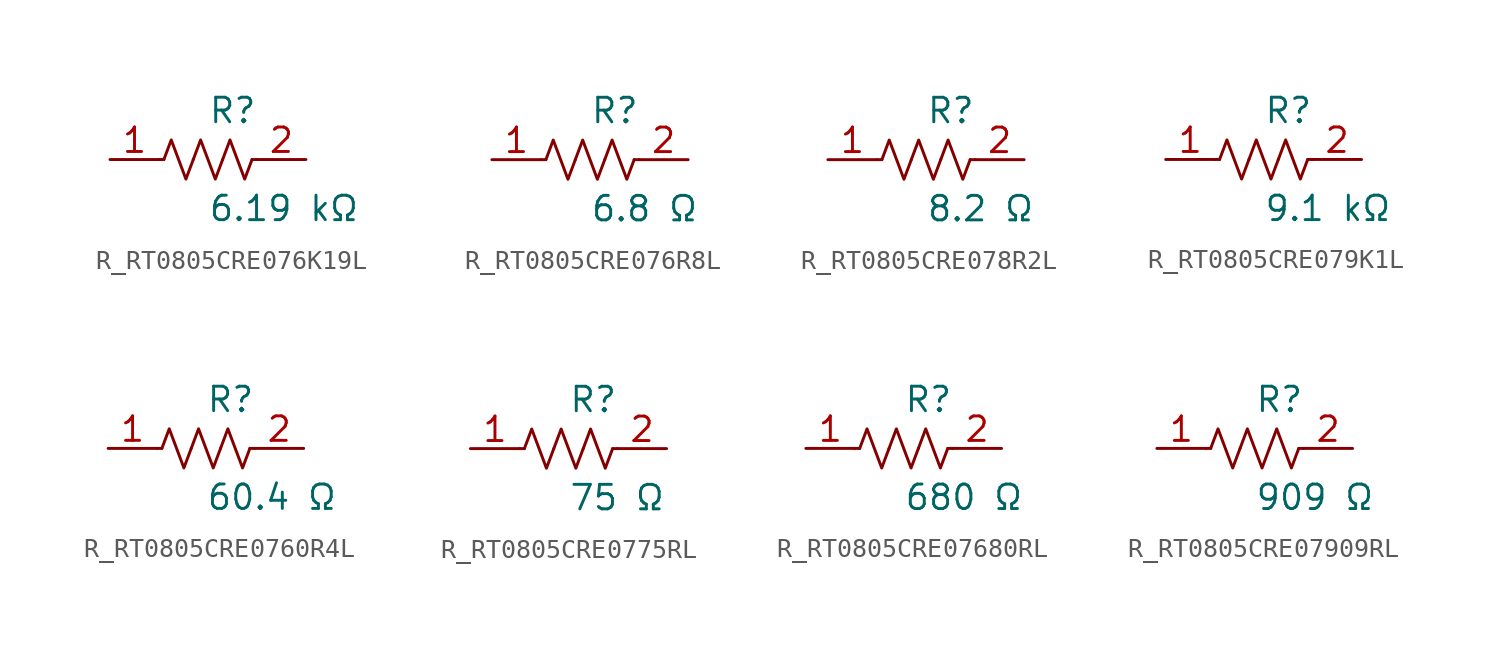
<source format=kicad_sym>
(kicad_symbol_lib
  (version 20231120)
  (generator kicad_symbol_editor)
  (generator_version 8.0)
  (symbol "R_RT0805CRE076K19L"
    (pin_names
      (offset 0.254))
    (property "Reference" "R"
      (at 0.0 2.54 0)
      (effects (font (size 1.27 1.27)) (justify left)))
    (property "Value" "6.19 kΩ"
      (at 0.0 -2.54 0)
      (effects (font (size 1.27 1.27)) (justify left)))
    (symbol "R_RT0805CRE076K19L_0_1"
      (polyline (pts (xy 2.286 0) (xy 2.54 0)) (stroke (width 0) (type default)) (fill (type none)))
      (polyline (pts (xy -2.286 0) (xy -2.54 0)) (stroke (width 0) (type default)) (fill (type none)))
      (polyline (pts (xy 0.762 0) (xy 1.143 1.016) (xy 1.524 0) (xy 1.905 -1.016) (xy 2.286 0)) (stroke (width 0) (type default)) (fill (type none)))
      (polyline (pts (xy -0.762 0) (xy -0.381 1.016) (xy 0 0) (xy 0.381 -1.016) (xy 0.762 0)) (stroke (width 0) (type default)) (fill (type none)))
      (polyline (pts (xy -2.286 0) (xy -1.905 1.016) (xy -1.524 0) (xy -1.143 -1.016) (xy -0.762 0)) (stroke (width 0) (type default)) (fill (type none))))
    (pin unspecified line
      (at -5.08 0 0)
      (length 2.54)
      (name "" (effects (font (size 1.27 1.27))))
      (number "1" (effects (font (size 1.27 1.27)))))
    (pin unspecified line
      (at 5.08 0 180)
      (length 2.54)
      (name "" (effects (font (size 1.27 1.27))))
      (number "2" (effects (font (size 1.27 1.27))))))
  (symbol "R_RT0805CRE076R8L"
    (pin_names
      (offset 0.254))
    (property "Reference" "R"
      (at 0.0 2.54 0)
      (effects (font (size 1.27 1.27)) (justify left)))
    (property "Value" "6.8 Ω"
      (at 0.0 -2.54 0)
      (effects (font (size 1.27 1.27)) (justify left)))
    (symbol "R_RT0805CRE076R8L_0_1"
      (polyline (pts (xy 2.286 0) (xy 2.54 0)) (stroke (width 0) (type default)) (fill (type none)))
      (polyline (pts (xy -2.286 0) (xy -2.54 0)) (stroke (width 0) (type default)) (fill (type none)))
      (polyline (pts (xy 0.762 0) (xy 1.143 1.016) (xy 1.524 0) (xy 1.905 -1.016) (xy 2.286 0)) (stroke (width 0) (type default)) (fill (type none)))
      (polyline (pts (xy -0.762 0) (xy -0.381 1.016) (xy 0 0) (xy 0.381 -1.016) (xy 0.762 0)) (stroke (width 0) (type default)) (fill (type none)))
      (polyline (pts (xy -2.286 0) (xy -1.905 1.016) (xy -1.524 0) (xy -1.143 -1.016) (xy -0.762 0)) (stroke (width 0) (type default)) (fill (type none))))
    (pin unspecified line
      (at -5.08 0 0)
      (length 2.54)
      (name "" (effects (font (size 1.27 1.27))))
      (number "1" (effects (font (size 1.27 1.27)))))
    (pin unspecified line
      (at 5.08 0 180)
      (length 2.54)
      (name "" (effects (font (size 1.27 1.27))))
      (number "2" (effects (font (size 1.27 1.27))))))
  (symbol "R_RT0805CRE078R2L"
    (pin_names
      (offset 0.254))
    (property "Reference" "R"
      (at 0.0 2.54 0)
      (effects (font (size 1.27 1.27)) (justify left)))
    (property "Value" "8.2 Ω"
      (at 0.0 -2.54 0)
      (effects (font (size 1.27 1.27)) (justify left)))
    (symbol "R_RT0805CRE078R2L_0_1"
      (polyline (pts (xy 2.286 0) (xy 2.54 0)) (stroke (width 0) (type default)) (fill (type none)))
      (polyline (pts (xy -2.286 0) (xy -2.54 0)) (stroke (width 0) (type default)) (fill (type none)))
      (polyline (pts (xy 0.762 0) (xy 1.143 1.016) (xy 1.524 0) (xy 1.905 -1.016) (xy 2.286 0)) (stroke (width 0) (type default)) (fill (type none)))
      (polyline (pts (xy -0.762 0) (xy -0.381 1.016) (xy 0 0) (xy 0.381 -1.016) (xy 0.762 0)) (stroke (width 0) (type default)) (fill (type none)))
      (polyline (pts (xy -2.286 0) (xy -1.905 1.016) (xy -1.524 0) (xy -1.143 -1.016) (xy -0.762 0)) (stroke (width 0) (type default)) (fill (type none))))
    (pin unspecified line
      (at -5.08 0 0)
      (length 2.54)
      (name "" (effects (font (size 1.27 1.27))))
      (number "1" (effects (font (size 1.27 1.27)))))
    (pin unspecified line
      (at 5.08 0 180)
      (length 2.54)
      (name "" (effects (font (size 1.27 1.27))))
      (number "2" (effects (font (size 1.27 1.27))))))
  (symbol "R_RT0805CRE079K1L"
    (pin_names
      (offset 0.254))
    (property "Reference" "R"
      (at 0.0 2.54 0)
      (effects (font (size 1.27 1.27)) (justify left)))
    (property "Value" "9.1 kΩ"
      (at 0.0 -2.54 0)
      (effects (font (size 1.27 1.27)) (justify left)))
    (symbol "R_RT0805CRE079K1L_0_1"
      (polyline (pts (xy 2.286 0) (xy 2.54 0)) (stroke (width 0) (type default)) (fill (type none)))
      (polyline (pts (xy -2.286 0) (xy -2.54 0)) (stroke (width 0) (type default)) (fill (type none)))
      (polyline (pts (xy 0.762 0) (xy 1.143 1.016) (xy 1.524 0) (xy 1.905 -1.016) (xy 2.286 0)) (stroke (width 0) (type default)) (fill (type none)))
      (polyline (pts (xy -0.762 0) (xy -0.381 1.016) (xy 0 0) (xy 0.381 -1.016) (xy 0.762 0)) (stroke (width 0) (type default)) (fill (type none)))
      (polyline (pts (xy -2.286 0) (xy -1.905 1.016) (xy -1.524 0) (xy -1.143 -1.016) (xy -0.762 0)) (stroke (width 0) (type default)) (fill (type none))))
    (pin unspecified line
      (at -5.08 0 0)
      (length 2.54)
      (name "" (effects (font (size 1.27 1.27))))
      (number "1" (effects (font (size 1.27 1.27)))))
    (pin unspecified line
      (at 5.08 0 180)
      (length 2.54)
      (name "" (effects (font (size 1.27 1.27))))
      (number "2" (effects (font (size 1.27 1.27))))))
  (symbol "R_RT0805CRE0760R4L"
    (pin_names
      (offset 0.254))
    (property "Reference" "R"
      (at 0.0 2.54 0)
      (effects (font (size 1.27 1.27)) (justify left)))
    (property "Value" "60.4 Ω"
      (at 0.0 -2.54 0)
      (effects (font (size 1.27 1.27)) (justify left)))
    (symbol "R_RT0805CRE0760R4L_0_1"
      (polyline (pts (xy 2.286 0) (xy 2.54 0)) (stroke (width 0) (type default)) (fill (type none)))
      (polyline (pts (xy -2.286 0) (xy -2.54 0)) (stroke (width 0) (type default)) (fill (type none)))
      (polyline (pts (xy 0.762 0) (xy 1.143 1.016) (xy 1.524 0) (xy 1.905 -1.016) (xy 2.286 0)) (stroke (width 0) (type default)) (fill (type none)))
      (polyline (pts (xy -0.762 0) (xy -0.381 1.016) (xy 0 0) (xy 0.381 -1.016) (xy 0.762 0)) (stroke (width 0) (type default)) (fill (type none)))
      (polyline (pts (xy -2.286 0) (xy -1.905 1.016) (xy -1.524 0) (xy -1.143 -1.016) (xy -0.762 0)) (stroke (width 0) (type default)) (fill (type none))))
    (pin unspecified line
      (at -5.08 0 0)
      (length 2.54)
      (name "" (effects (font (size 1.27 1.27))))
      (number "1" (effects (font (size 1.27 1.27)))))
    (pin unspecified line
      (at 5.08 0 180)
      (length 2.54)
      (name "" (effects (font (size 1.27 1.27))))
      (number "2" (effects (font (size 1.27 1.27))))))
  (symbol "R_RT0805CRE0775RL"
    (pin_names
      (offset 0.254))
    (property "Reference" "R"
      (at 0.0 2.54 0)
      (effects (font (size 1.27 1.27)) (justify left)))
    (property "Value" "75 Ω"
      (at 0.0 -2.54 0)
      (effects (font (size 1.27 1.27)) (justify left)))
    (symbol "R_RT0805CRE0775RL_0_1"
      (polyline (pts (xy 2.286 0) (xy 2.54 0)) (stroke (width 0) (type default)) (fill (type none)))
      (polyline (pts (xy -2.286 0) (xy -2.54 0)) (stroke (width 0) (type default)) (fill (type none)))
      (polyline (pts (xy 0.762 0) (xy 1.143 1.016) (xy 1.524 0) (xy 1.905 -1.016) (xy 2.286 0)) (stroke (width 0) (type default)) (fill (type none)))
      (polyline (pts (xy -0.762 0) (xy -0.381 1.016) (xy 0 0) (xy 0.381 -1.016) (xy 0.762 0)) (stroke (width 0) (type default)) (fill (type none)))
      (polyline (pts (xy -2.286 0) (xy -1.905 1.016) (xy -1.524 0) (xy -1.143 -1.016) (xy -0.762 0)) (stroke (width 0) (type default)) (fill (type none))))
    (pin unspecified line
      (at -5.08 0 0)
      (length 2.54)
      (name "" (effects (font (size 1.27 1.27))))
      (number "1" (effects (font (size 1.27 1.27)))))
    (pin unspecified line
      (at 5.08 0 180)
      (length 2.54)
      (name "" (effects (font (size 1.27 1.27))))
      (number "2" (effects (font (size 1.27 1.27))))))
  (symbol "R_RT0805CRE07680RL"
    (pin_names
      (offset 0.254))
    (property "Reference" "R"
      (at 0.0 2.54 0)
      (effects (font (size 1.27 1.27)) (justify left)))
    (property "Value" "680 Ω"
      (at 0.0 -2.54 0)
      (effects (font (size 1.27 1.27)) (justify left)))
    (symbol "R_RT0805CRE07680RL_0_1"
      (polyline (pts (xy 2.286 0) (xy 2.54 0)) (stroke (width 0) (type default)) (fill (type none)))
      (polyline (pts (xy -2.286 0) (xy -2.54 0)) (stroke (width 0) (type default)) (fill (type none)))
      (polyline (pts (xy 0.762 0) (xy 1.143 1.016) (xy 1.524 0) (xy 1.905 -1.016) (xy 2.286 0)) (stroke (width 0) (type default)) (fill (type none)))
      (polyline (pts (xy -0.762 0) (xy -0.381 1.016) (xy 0 0) (xy 0.381 -1.016) (xy 0.762 0)) (stroke (width 0) (type default)) (fill (type none)))
      (polyline (pts (xy -2.286 0) (xy -1.905 1.016) (xy -1.524 0) (xy -1.143 -1.016) (xy -0.762 0)) (stroke (width 0) (type default)) (fill (type none))))
    (pin unspecified line
      (at -5.08 0 0)
      (length 2.54)
      (name "" (effects (font (size 1.27 1.27))))
      (number "1" (effects (font (size 1.27 1.27)))))
    (pin unspecified line
      (at 5.08 0 180)
      (length 2.54)
      (name "" (effects (font (size 1.27 1.27))))
      (number "2" (effects (font (size 1.27 1.27))))))
  (symbol "R_RT0805CRE07909RL"
    (pin_names
      (offset 0.254))
    (property "Reference" "R"
      (at 0.0 2.54 0)
      (effects (font (size 1.27 1.27)) (justify left)))
    (property "Value" "909 Ω"
      (at 0.0 -2.54 0)
      (effects (font (size 1.27 1.27)) (justify left)))
    (symbol "R_RT0805CRE07909RL_0_1"
      (polyline (pts (xy 2.286 0) (xy 2.54 0)) (stroke (width 0) (type default)) (fill (type none)))
      (polyline (pts (xy -2.286 0) (xy -2.54 0)) (stroke (width 0) (type default)) (fill (type none)))
      (polyline (pts (xy 0.762 0) (xy 1.143 1.016) (xy 1.524 0) (xy 1.905 -1.016) (xy 2.286 0)) (stroke (width 0) (type default)) (fill (type none)))
      (polyline (pts (xy -0.762 0) (xy -0.381 1.016) (xy 0 0) (xy 0.381 -1.016) (xy 0.762 0)) (stroke (width 0) (type default)) (fill (type none)))
      (polyline (pts (xy -2.286 0) (xy -1.905 1.016) (xy -1.524 0) (xy -1.143 -1.016) (xy -0.762 0)) (stroke (width 0) (type default)) (fill (type none))))
    (pin unspecified line
      (at -5.08 0 0)
      (length 2.54)
      (name "" (effects (font (size 1.27 1.27))))
      (number "1" (effects (font (size 1.27 1.27)))))
    (pin unspecified line
      (at 5.08 0 180)
      (length 2.54)
      (name "" (effects (font (size 1.27 1.27))))
      (number "2" (effects (font (size 1.27 1.27)))))))
</source>
